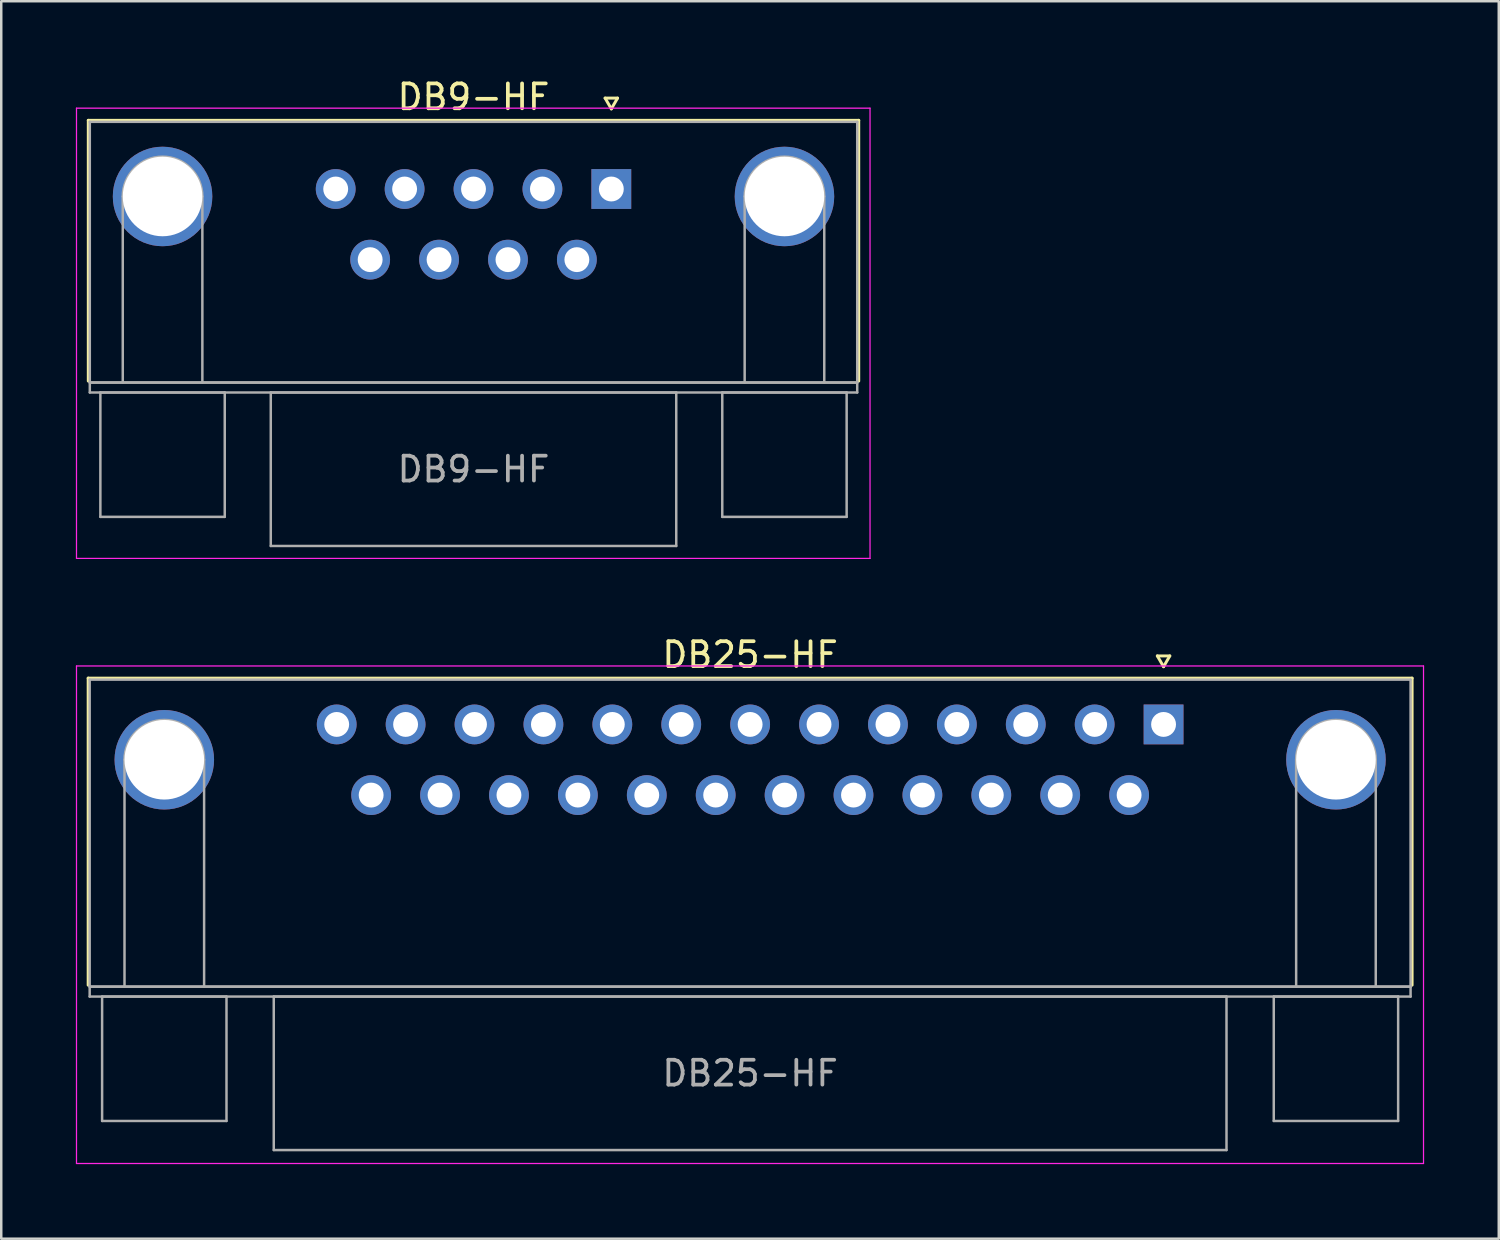
<source format=kicad_pcb>
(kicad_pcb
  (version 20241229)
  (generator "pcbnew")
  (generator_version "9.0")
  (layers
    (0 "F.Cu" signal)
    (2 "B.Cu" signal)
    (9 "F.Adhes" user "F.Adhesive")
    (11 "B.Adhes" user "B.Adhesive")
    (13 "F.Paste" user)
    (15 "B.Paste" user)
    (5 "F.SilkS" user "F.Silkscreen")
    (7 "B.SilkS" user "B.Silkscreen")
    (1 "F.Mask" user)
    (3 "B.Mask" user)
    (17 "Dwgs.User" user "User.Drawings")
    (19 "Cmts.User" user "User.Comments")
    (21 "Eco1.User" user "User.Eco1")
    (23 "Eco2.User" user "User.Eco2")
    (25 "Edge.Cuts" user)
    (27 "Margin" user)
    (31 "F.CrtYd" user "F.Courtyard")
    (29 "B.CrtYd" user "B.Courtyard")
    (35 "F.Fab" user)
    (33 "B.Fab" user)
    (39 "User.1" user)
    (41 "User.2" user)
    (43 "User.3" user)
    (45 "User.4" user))
  (footprint "DB9-HF"
    (layer "F.Cu")
    (at 21.525 4.548)
    (property "Reference" "DB9-HF" (at -5.54 -3.7 0) (layer "F.SilkS") (effects (font (size 1 1) (thickness 0.15))))
    (attr through_hole)
    (fp_line (start -21.025 -2.76) (end 9.945 -2.76) (stroke (width 0.12) (type solid)) (layer "F.SilkS"))
    (fp_line (start -21.025 7.72) (end -21.025 -2.76) (stroke (width 0.12) (type solid)) (layer "F.SilkS"))
    (fp_line (start -0.25 -3.654) (end 0.25 -3.654) (stroke (width 0.12) (type solid)) (layer "F.SilkS"))
    (fp_line (start 0 -3.221) (end -0.25 -3.654) (stroke (width 0.12) (type solid)) (layer "F.SilkS"))
    (fp_line (start 0.25 -3.654) (end 0 -3.221) (stroke (width 0.12) (type solid)) (layer "F.SilkS"))
    (fp_line (start 9.945 -2.76) (end 9.945 7.72) (stroke (width 0.12) (type solid)) (layer "F.SilkS"))
    (fp_line (start -21.5 -3.25) (end -21.5 14.85) (stroke (width 0.05) (type solid)) (layer "F.CrtYd"))
    (fp_line (start -21.5 14.85) (end 10.4 14.85) (stroke (width 0.05) (type solid)) (layer "F.CrtYd"))
    (fp_line (start 10.4 -3.25) (end -21.5 -3.25) (stroke (width 0.05) (type solid)) (layer "F.CrtYd"))
    (fp_line (start 10.4 14.85) (end 10.4 -3.25) (stroke (width 0.05) (type solid)) (layer "F.CrtYd"))
    (fp_line (start -20.965 -2.7) (end -20.965 7.78) (stroke (width 0.1) (type solid)) (layer "F.Fab"))
    (fp_line (start -20.965 7.78) (end -20.965 8.18) (stroke (width 0.1) (type solid)) (layer "F.Fab"))
    (fp_line (start -20.965 7.78) (end 9.885 7.78) (stroke (width 0.1) (type solid)) (layer "F.Fab"))
    (fp_line (start -20.965 8.18) (end 9.885 8.18) (stroke (width 0.1) (type solid)) (layer "F.Fab"))
    (fp_line (start -20.54 8.18) (end -20.54 13.18) (stroke (width 0.1) (type solid)) (layer "F.Fab"))
    (fp_line (start -20.54 13.18) (end -15.54 13.18) (stroke (width 0.1) (type solid)) (layer "F.Fab"))
    (fp_line (start -19.64 7.78) (end -19.64 0.3) (stroke (width 0.1) (type solid)) (layer "F.Fab"))
    (fp_line (start -16.44 7.78) (end -16.44 0.3) (stroke (width 0.1) (type solid)) (layer "F.Fab"))
    (fp_line (start -15.54 8.18) (end -20.54 8.18) (stroke (width 0.1) (type solid)) (layer "F.Fab"))
    (fp_line (start -15.54 13.18) (end -15.54 8.18) (stroke (width 0.1) (type solid)) (layer "F.Fab"))
    (fp_line (start -13.69 8.18) (end -13.69 14.35) (stroke (width 0.1) (type solid)) (layer "F.Fab"))
    (fp_line (start -13.69 14.35) (end 2.61 14.35) (stroke (width 0.1) (type solid)) (layer "F.Fab"))
    (fp_line (start 2.61 8.18) (end -13.69 8.18) (stroke (width 0.1) (type solid)) (layer "F.Fab"))
    (fp_line (start 2.61 14.35) (end 2.61 8.18) (stroke (width 0.1) (type solid)) (layer "F.Fab"))
    (fp_line (start 4.46 8.18) (end 4.46 13.18) (stroke (width 0.1) (type solid)) (layer "F.Fab"))
    (fp_line (start 4.46 13.18) (end 9.46 13.18) (stroke (width 0.1) (type solid)) (layer "F.Fab"))
    (fp_line (start 5.36 7.78) (end 5.36 0.3) (stroke (width 0.1) (type solid)) (layer "F.Fab"))
    (fp_line (start 8.56 7.78) (end 8.56 0.3) (stroke (width 0.1) (type solid)) (layer "F.Fab"))
    (fp_line (start 9.46 8.18) (end 4.46 8.18) (stroke (width 0.1) (type solid)) (layer "F.Fab"))
    (fp_line (start 9.46 13.18) (end 9.46 8.18) (stroke (width 0.1) (type solid)) (layer "F.Fab"))
    (fp_line (start 9.885 -2.7) (end -20.965 -2.7) (stroke (width 0.1) (type solid)) (layer "F.Fab"))
    (fp_line (start 9.885 7.78) (end -20.965 7.78) (stroke (width 0.1) (type solid)) (layer "F.Fab"))
    (fp_line (start 9.885 7.78) (end 9.885 -2.7) (stroke (width 0.1) (type solid)) (layer "F.Fab"))
    (fp_line (start 9.885 8.18) (end 9.885 7.78) (stroke (width 0.1) (type solid)) (layer "F.Fab"))
    (fp_arc (start -19.64 0.3) (mid -18.04 -1.3) (end -16.44 0.3) (stroke (width 0.1) (type solid)) (layer "F.Fab"))
    (fp_arc (start 5.36 0.3) (mid 6.96 -1.3) (end 8.56 0.3) (stroke (width 0.1) (type solid)) (layer "F.Fab"))
    (fp_text user "${REFERENCE}" (at -5.54 11.265 0) (layer "F.Fab") (effects (font (size 1 1) (thickness 0.15))))
    (pad "0" thru_hole circle (at -18.04 0.3) (size 4 4) (drill 3.2) (layers "*.Cu" "*.Mask"))
    (pad "0" thru_hole circle (at 6.96 0.3) (size 4 4) (drill 3.2) (layers "*.Cu" "*.Mask"))
    (pad "1" thru_hole rect (at 0 0) (size 1.6 1.6) (drill 1) (layers "*.Cu" "*.Mask"))
    (pad "2" thru_hole circle (at -2.77 0) (size 1.6 1.6) (drill 1) (layers "*.Cu" "*.Mask"))
    (pad "3" thru_hole circle (at -5.54 0) (size 1.6 1.6) (drill 1) (layers "*.Cu" "*.Mask"))
    (pad "4" thru_hole circle (at -8.31 0) (size 1.6 1.6) (drill 1) (layers "*.Cu" "*.Mask"))
    (pad "5" thru_hole circle (at -11.08 0) (size 1.6 1.6) (drill 1) (layers "*.Cu" "*.Mask"))
    (pad "6" thru_hole circle (at -1.385 2.84) (size 1.6 1.6) (drill 1) (layers "*.Cu" "*.Mask"))
    (pad "7" thru_hole circle (at -4.155 2.84) (size 1.6 1.6) (drill 1) (layers "*.Cu" "*.Mask"))
    (pad "8" thru_hole circle (at -6.925 2.84) (size 1.6 1.6) (drill 1) (layers "*.Cu" "*.Mask"))
    (pad "9" thru_hole circle (at -9.695 2.84) (size 1.6 1.6) (drill 1) (layers "*.Cu" "*.Mask")))
  (footprint "DB25-HF"
    (layer "F.Cu")
    (at 43.725 26.072)
    (property "Reference" "DB25-HF" (at -16.62 -2.8 0) (layer "F.SilkS") (effects (font (size 1 1) (thickness 0.15))))
    (attr through_hole)
    (fp_line (start -43.23 -1.86) (end 9.99 -1.86) (stroke (width 0.12) (type solid)) (layer "F.SilkS"))
    (fp_line (start -43.23 10.48) (end -43.23 -1.86) (stroke (width 0.12) (type solid)) (layer "F.SilkS"))
    (fp_line (start -0.25 -2.754) (end 0.25 -2.754) (stroke (width 0.12) (type solid)) (layer "F.SilkS"))
    (fp_line (start 0 -2.321) (end -0.25 -2.754) (stroke (width 0.12) (type solid)) (layer "F.SilkS"))
    (fp_line (start 0.25 -2.754) (end 0 -2.321) (stroke (width 0.12) (type solid)) (layer "F.SilkS"))
    (fp_line (start 9.99 -1.86) (end 9.99 10.48) (stroke (width 0.12) (type solid)) (layer "F.SilkS"))
    (fp_line (start -43.7 -2.35) (end -43.7 17.65) (stroke (width 0.05) (type solid)) (layer "F.CrtYd"))
    (fp_line (start -43.7 17.65) (end 10.45 17.65) (stroke (width 0.05) (type solid)) (layer "F.CrtYd"))
    (fp_line (start 10.45 -2.35) (end -43.7 -2.35) (stroke (width 0.05) (type solid)) (layer "F.CrtYd"))
    (fp_line (start 10.45 17.65) (end 10.45 -2.35) (stroke (width 0.05) (type solid)) (layer "F.CrtYd"))
    (fp_line (start -43.17 -1.8) (end -43.17 10.54) (stroke (width 0.1) (type solid)) (layer "F.Fab"))
    (fp_line (start -43.17 10.54) (end -43.17 10.94) (stroke (width 0.1) (type solid)) (layer "F.Fab"))
    (fp_line (start -43.17 10.54) (end 9.93 10.54) (stroke (width 0.1) (type solid)) (layer "F.Fab"))
    (fp_line (start -43.17 10.94) (end 9.93 10.94) (stroke (width 0.1) (type solid)) (layer "F.Fab"))
    (fp_line (start -42.67 10.94) (end -42.67 15.94) (stroke (width 0.1) (type solid)) (layer "F.Fab"))
    (fp_line (start -42.67 15.94) (end -37.67 15.94) (stroke (width 0.1) (type solid)) (layer "F.Fab"))
    (fp_line (start -41.77 10.54) (end -41.77 1.42) (stroke (width 0.1) (type solid)) (layer "F.Fab"))
    (fp_line (start -38.57 10.54) (end -38.57 1.42) (stroke (width 0.1) (type solid)) (layer "F.Fab"))
    (fp_line (start -37.67 10.94) (end -42.67 10.94) (stroke (width 0.1) (type solid)) (layer "F.Fab"))
    (fp_line (start -37.67 15.94) (end -37.67 10.94) (stroke (width 0.1) (type solid)) (layer "F.Fab"))
    (fp_line (start -35.77 10.94) (end -35.77 17.11) (stroke (width 0.1) (type solid)) (layer "F.Fab"))
    (fp_line (start -35.77 17.11) (end 2.53 17.11) (stroke (width 0.1) (type solid)) (layer "F.Fab"))
    (fp_line (start 2.53 10.94) (end -35.77 10.94) (stroke (width 0.1) (type solid)) (layer "F.Fab"))
    (fp_line (start 2.53 17.11) (end 2.53 10.94) (stroke (width 0.1) (type solid)) (layer "F.Fab"))
    (fp_line (start 4.43 10.94) (end 4.43 15.94) (stroke (width 0.1) (type solid)) (layer "F.Fab"))
    (fp_line (start 4.43 15.94) (end 9.43 15.94) (stroke (width 0.1) (type solid)) (layer "F.Fab"))
    (fp_line (start 5.33 10.54) (end 5.33 1.42) (stroke (width 0.1) (type solid)) (layer "F.Fab"))
    (fp_line (start 8.53 10.54) (end 8.53 1.42) (stroke (width 0.1) (type solid)) (layer "F.Fab"))
    (fp_line (start 9.43 10.94) (end 4.43 10.94) (stroke (width 0.1) (type solid)) (layer "F.Fab"))
    (fp_line (start 9.43 15.94) (end 9.43 10.94) (stroke (width 0.1) (type solid)) (layer "F.Fab"))
    (fp_line (start 9.93 -1.8) (end -43.17 -1.8) (stroke (width 0.1) (type solid)) (layer "F.Fab"))
    (fp_line (start 9.93 10.54) (end -43.17 10.54) (stroke (width 0.1) (type solid)) (layer "F.Fab"))
    (fp_line (start 9.93 10.54) (end 9.93 -1.8) (stroke (width 0.1) (type solid)) (layer "F.Fab"))
    (fp_line (start 9.93 10.94) (end 9.93 10.54) (stroke (width 0.1) (type solid)) (layer "F.Fab"))
    (fp_arc (start -41.77 1.42) (mid -40.17 -0.18) (end -38.57 1.42) (stroke (width 0.1) (type solid)) (layer "F.Fab"))
    (fp_arc (start 5.33 1.42) (mid 6.93 -0.18) (end 8.53 1.42) (stroke (width 0.1) (type solid)) (layer "F.Fab"))
    (fp_text user "${REFERENCE}" (at -16.62 14.025 0) (layer "F.Fab") (effects (font (size 1 1) (thickness 0.15))))
    (pad "0" thru_hole circle (at -40.17 1.42) (size 4 4) (drill 3.2) (layers "*.Cu" "*.Mask"))
    (pad "0" thru_hole circle (at 6.93 1.42) (size 4 4) (drill 3.2) (layers "*.Cu" "*.Mask"))
    (pad "1" thru_hole rect (at 0 0) (size 1.6 1.6) (drill 1) (layers "*.Cu" "*.Mask"))
    (pad "2" thru_hole circle (at -2.77 0) (size 1.6 1.6) (drill 1) (layers "*.Cu" "*.Mask"))
    (pad "3" thru_hole circle (at -5.54 0) (size 1.6 1.6) (drill 1) (layers "*.Cu" "*.Mask"))
    (pad "4" thru_hole circle (at -8.31 0) (size 1.6 1.6) (drill 1) (layers "*.Cu" "*.Mask"))
    (pad "5" thru_hole circle (at -11.08 0) (size 1.6 1.6) (drill 1) (layers "*.Cu" "*.Mask"))
    (pad "6" thru_hole circle (at -13.85 0) (size 1.6 1.6) (drill 1) (layers "*.Cu" "*.Mask"))
    (pad "7" thru_hole circle (at -16.62 0) (size 1.6 1.6) (drill 1) (layers "*.Cu" "*.Mask"))
    (pad "8" thru_hole circle (at -19.39 0) (size 1.6 1.6) (drill 1) (layers "*.Cu" "*.Mask"))
    (pad "9" thru_hole circle (at -22.16 0) (size 1.6 1.6) (drill 1) (layers "*.Cu" "*.Mask"))
    (pad "10" thru_hole circle (at -24.93 0) (size 1.6 1.6) (drill 1) (layers "*.Cu" "*.Mask"))
    (pad "11" thru_hole circle (at -27.7 0) (size 1.6 1.6) (drill 1) (layers "*.Cu" "*.Mask"))
    (pad "12" thru_hole circle (at -30.47 0) (size 1.6 1.6) (drill 1) (layers "*.Cu" "*.Mask"))
    (pad "13" thru_hole circle (at -33.24 0) (size 1.6 1.6) (drill 1) (layers "*.Cu" "*.Mask"))
    (pad "14" thru_hole circle (at -1.385 2.84) (size 1.6 1.6) (drill 1) (layers "*.Cu" "*.Mask"))
    (pad "15" thru_hole circle (at -4.155 2.84) (size 1.6 1.6) (drill 1) (layers "*.Cu" "*.Mask"))
    (pad "16" thru_hole circle (at -6.925 2.84) (size 1.6 1.6) (drill 1) (layers "*.Cu" "*.Mask"))
    (pad "17" thru_hole circle (at -9.695 2.84) (size 1.6 1.6) (drill 1) (layers "*.Cu" "*.Mask"))
    (pad "18" thru_hole circle (at -12.465 2.84) (size 1.6 1.6) (drill 1) (layers "*.Cu" "*.Mask"))
    (pad "19" thru_hole circle (at -15.235 2.84) (size 1.6 1.6) (drill 1) (layers "*.Cu" "*.Mask"))
    (pad "20" thru_hole circle (at -18.005 2.84) (size 1.6 1.6) (drill 1) (layers "*.Cu" "*.Mask"))
    (pad "21" thru_hole circle (at -20.775 2.84) (size 1.6 1.6) (drill 1) (layers "*.Cu" "*.Mask"))
    (pad "22" thru_hole circle (at -23.545 2.84) (size 1.6 1.6) (drill 1) (layers "*.Cu" "*.Mask"))
    (pad "23" thru_hole circle (at -26.315 2.84) (size 1.6 1.6) (drill 1) (layers "*.Cu" "*.Mask"))
    (pad "24" thru_hole circle (at -29.085 2.84) (size 1.6 1.6) (drill 1) (layers "*.Cu" "*.Mask"))
    (pad "25" thru_hole circle (at -31.855 2.84) (size 1.6 1.6) (drill 1) (layers "*.Cu" "*.Mask")))
  (gr_rect
    (start -3 -3)
    (end 57.2 46.746)
    (stroke (width 0.1) (type default))
    (fill no)
    (layer "Edge.Cuts")))
</source>
